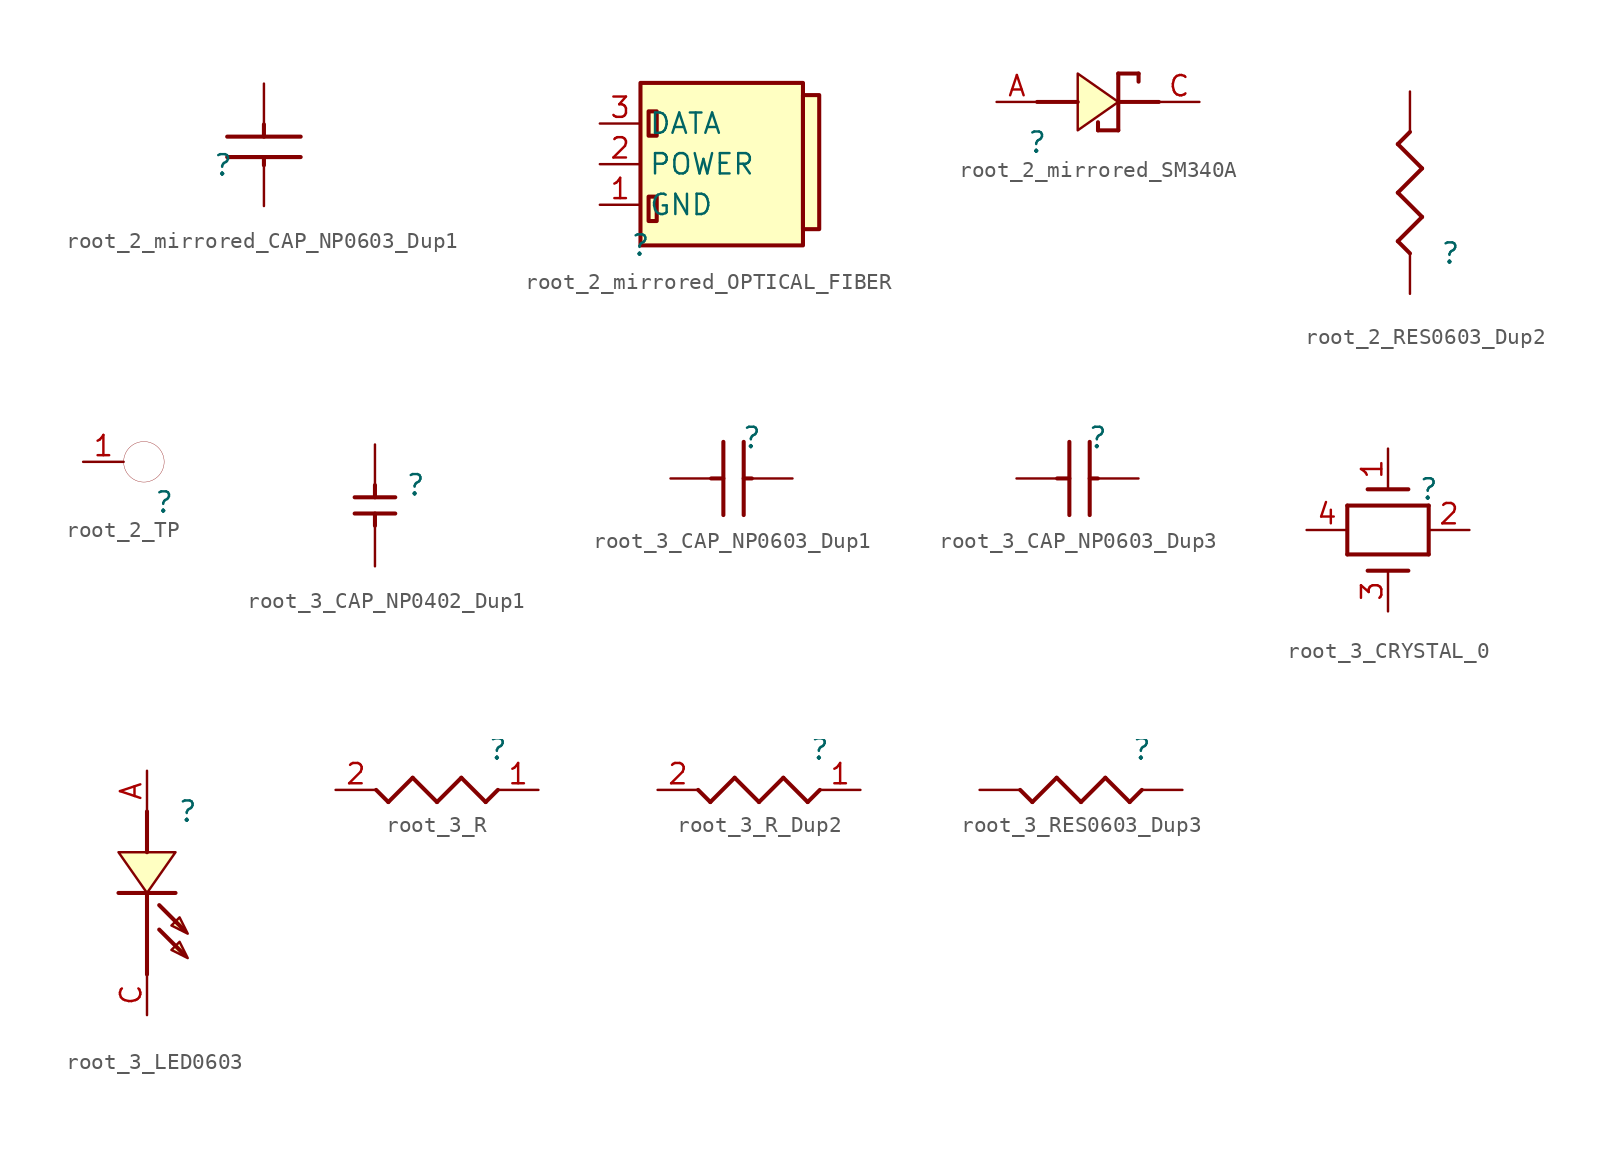
<source format=kicad_sym>
(kicad_symbol_lib
  (version 20220914)
  (generator kicad_symbol_editor)
  (symbol "root_2_mirrored_CAP_NP0603_Dup1"
    (property "Reference" ""
      (at 0 0 0)
      (effects (font (size 1.27 1.27))))
    (property "Value" ""
      (at 0 0 0)
      (effects (font (size 1.27 1.27))))
    (symbol "root_2_mirrored_CAP_NP0603_Dup1_1_0"
      (polyline (pts (xy 0.254 0.508) (xy 4.826 0.508)) (stroke (width 0.254) (type solid)) (fill (type none)))
      (polyline (pts (xy 0.254 1.778) (xy 4.826 1.778)) (stroke (width 0.254) (type solid)) (fill (type none)))
      (polyline (pts (xy 2.54 0) (xy 2.54 0.508)) (stroke (width 0.254) (type solid)) (fill (type none)))
      (polyline (pts (xy 2.54 2.54) (xy 2.54 1.778)) (stroke (width 0.254) (type solid)) (fill (type none)))
      (pin passive line (at 2.54 -2.54 90) (length 2.54) (name "1" (effects (font (size 0 0)))) (number "1" (effects (font (size 0 0)))))
      (pin passive line (at 2.54 5.08 270) (length 2.54) (name "2" (effects (font (size 0 0)))) (number "2" (effects (font (size 0 0)))))))
  (symbol "root_2_mirrored_OPTICAL_FIBER"
    (property "Reference" ""
      (at 0 0 0)
      (effects (font (size 1.27 1.27))))
    (property "Value" ""
      (at 0 0 0)
      (effects (font (size 1.27 1.27))))
    (symbol "root_2_mirrored_OPTICAL_FIBER_1_0"
      (rectangle (start 1.016 3.048) (end 0.508 1.524) (stroke (width 0.254) (type solid)) (fill (type background)))
      (rectangle (start 1.016 8.382) (end 0.508 6.858) (stroke (width 0.254) (type solid)) (fill (type background)))
      (rectangle (start 10.16 10.16) (end 0 0) (stroke (width 0.254) (type solid)) (fill (type background)))
      (rectangle (start 11.176 9.398) (end 10.16 1.016) (stroke (width 0.254) (type solid)) (fill (type background)))
      (pin power_in line (at -2.54 2.54 0) (length 2.54) (name "GND" (effects (font (size 1.27 1.27)))) (number "1" (effects (font (size 1.27 1.27)))))
      (pin power_in line (at -2.54 5.08 0) (length 2.54) (name "POWER" (effects (font (size 1.27 1.27)))) (number "2" (effects (font (size 1.27 1.27)))))
      (pin bidirectional line (at -2.54 7.62 0) (length 2.54) (name "DATA" (effects (font (size 1.27 1.27)))) (number "3" (effects (font (size 1.27 1.27)))))))
  (symbol "root_2_mirrored_SM340A"
    (property "Reference" ""
      (at 0 0 0)
      (effects (font (size 1.27 1.27))))
    (property "Value" ""
      (at 0 0 0)
      (effects (font (size 1.27 1.27))))
    (symbol "root_2_mirrored_SM340A_1_0"
      (polyline (pts (xy 0 2.54) (xy 2.54 2.54)) (stroke (width 0.254) (type solid)) (fill (type none)))
      (polyline (pts (xy 3.81 0.762) (xy 3.81 1.27)) (stroke (width 0.254) (type solid)) (fill (type none)))
      (polyline (pts (xy 5.08 0.762) (xy 3.81 0.762)) (stroke (width 0.254) (type solid)) (fill (type none)))
      (polyline (pts (xy 5.08 0.762) (xy 5.08 4.318)) (stroke (width 0.254) (type solid)) (fill (type none)))
      (polyline (pts (xy 5.08 2.54) (xy 7.62 2.54)) (stroke (width 0.254) (type solid)) (fill (type none)))
      (polyline (pts (xy 5.08 4.318) (xy 6.35 4.318)) (stroke (width 0.254) (type solid)) (fill (type none)))
      (polyline (pts (xy 6.35 4.318) (xy 6.35 3.81)) (stroke (width 0.254) (type solid)) (fill (type none)))
      (polyline (pts (xy 5.08 2.54) (xy 5.08 2.54) (xy 2.54 4.318) (xy 2.54 0.762) (xy 5.08 2.54) (xy 5.08 2.54)) (stroke (width 0) (type solid)) (fill (type background)))
      (pin passive line (at -2.54 2.54 0) (length 2.54) (name "ANODE" (effects (font (size 0 0)))) (number "A" (effects (font (size 1.27 1.27)))))
      (pin passive line (at 10.16 2.54 180) (length 2.54) (name "CATHODE" (effects (font (size 0 0)))) (number "C" (effects (font (size 1.27 1.27)))))))
  (symbol "root_2_RES0603_Dup2"
    (property "Reference" ""
      (at 0 0 0)
      (effects (font (size 1.27 1.27))))
    (property "Value" ""
      (at 0 0 0)
      (effects (font (size 1.27 1.27))))
    (symbol "root_2_RES0603_Dup2_1_0"
      (polyline (pts (xy -3.302 0.762) (xy -1.778 2.286)) (stroke (width 0.254) (type solid)) (fill (type none)))
      (polyline (pts (xy -3.302 3.81) (xy -1.778 5.334)) (stroke (width 0.254) (type solid)) (fill (type none)))
      (polyline (pts (xy -3.302 6.858) (xy -2.54 7.62)) (stroke (width 0.254) (type solid)) (fill (type none)))
      (polyline (pts (xy -2.54 0) (xy -3.302 0.762)) (stroke (width 0.254) (type solid)) (fill (type none)))
      (polyline (pts (xy -1.778 2.286) (xy -3.302 3.81)) (stroke (width 0.254) (type solid)) (fill (type none)))
      (polyline (pts (xy -1.778 5.334) (xy -3.302 6.858)) (stroke (width 0.254) (type solid)) (fill (type none)))
      (pin passive line (at -2.54 -2.54 90) (length 2.54) (name "1" (effects (font (size 0 0)))) (number "1" (effects (font (size 0 0)))))
      (pin passive line (at -2.54 10.16 270) (length 2.54) (name "2" (effects (font (size 0 0)))) (number "2" (effects (font (size 0 0)))))))
  (symbol "root_2_TP"
    (property "Reference" ""
      (at 0 0 0)
      (effects (font (size 1.27 1.27))))
    (property "Value" ""
      (at 0 0 0)
      (effects (font (size 1.27 1.27))))
    (symbol "root_2_TP_1_0"
      (circle (center -1.27 2.54) (radius 1.27) (stroke (width 0.0001) (type solid)) (fill (type none)))
      (pin passive line (at -5.08 2.54 0) (length 2.54) (name "TP" (effects (font (size 0 0)))) (number "1" (effects (font (size 1.27 1.27)))))))
  (symbol "root_3_CAP_NP0402_Dup1"
    (property "Reference" ""
      (at 0 0 0)
      (effects (font (size 1.27 1.27))))
    (property "Value" ""
      (at 0 0 0)
      (effects (font (size 1.27 1.27))))
    (symbol "root_3_CAP_NP0402_Dup1_1_0"
      (polyline (pts (xy -2.54 -1.778) (xy -2.54 -2.54)) (stroke (width 0.254) (type solid)) (fill (type none)))
      (polyline (pts (xy -2.54 0) (xy -2.54 -0.762)) (stroke (width 0.254) (type solid)) (fill (type none)))
      (polyline (pts (xy -1.27 -1.778) (xy -3.81 -1.778)) (stroke (width 0.254) (type solid)) (fill (type none)))
      (polyline (pts (xy -1.27 -0.762) (xy -3.81 -0.762)) (stroke (width 0.254) (type solid)) (fill (type none)))
      (pin passive line (at -2.54 2.54 270) (length 2.54) (name "1" (effects (font (size 0 0)))) (number "1" (effects (font (size 0 0)))))
      (pin passive line (at -2.54 -5.08 90) (length 2.54) (name "2" (effects (font (size 0 0)))) (number "2" (effects (font (size 0 0)))))))
  (symbol "root_3_CAP_NP0603_Dup1"
    (property "Reference" ""
      (at 0 0 0)
      (effects (font (size 1.27 1.27))))
    (property "Value" ""
      (at 0 0 0)
      (effects (font (size 1.27 1.27))))
    (symbol "root_3_CAP_NP0603_Dup1_1_0"
      (polyline (pts (xy -2.54 -2.54) (xy -1.778 -2.54)) (stroke (width 0.254) (type solid)) (fill (type none)))
      (polyline (pts (xy -1.778 -0.254) (xy -1.778 -4.826)) (stroke (width 0.254) (type solid)) (fill (type none)))
      (polyline (pts (xy -0.508 -0.254) (xy -0.508 -4.826)) (stroke (width 0.254) (type solid)) (fill (type none)))
      (polyline (pts (xy 0 -2.54) (xy -0.508 -2.54)) (stroke (width 0.254) (type solid)) (fill (type none)))
      (pin passive line (at 2.54 -2.54 180) (length 2.54) (name "1" (effects (font (size 0 0)))) (number "1" (effects (font (size 0 0)))))
      (pin passive line (at -5.08 -2.54 0) (length 2.54) (name "2" (effects (font (size 0 0)))) (number "2" (effects (font (size 0 0)))))))
  (symbol "root_3_CAP_NP0603_Dup3"
    (property "Reference" ""
      (at 0 0 0)
      (effects (font (size 1.27 1.27))))
    (property "Value" ""
      (at 0 0 0)
      (effects (font (size 1.27 1.27))))
    (symbol "root_3_CAP_NP0603_Dup3_1_0"
      (polyline (pts (xy -2.54 -2.54) (xy -1.778 -2.54)) (stroke (width 0.254) (type solid)) (fill (type none)))
      (polyline (pts (xy -1.778 -0.254) (xy -1.778 -4.826)) (stroke (width 0.254) (type solid)) (fill (type none)))
      (polyline (pts (xy -0.508 -0.254) (xy -0.508 -4.826)) (stroke (width 0.254) (type solid)) (fill (type none)))
      (polyline (pts (xy 0 -2.54) (xy -0.508 -2.54)) (stroke (width 0.254) (type solid)) (fill (type none)))
      (pin passive line (at 2.54 -2.54 180) (length 2.54) (name "1" (effects (font (size 0 0)))) (number "1" (effects (font (size 0 0)))))
      (pin passive line (at -5.08 -2.54 0) (length 2.54) (name "2" (effects (font (size 0 0)))) (number "2" (effects (font (size 0 0)))))))
  (symbol "root_3_CRYSTAL_0"
    (property "Reference" ""
      (at 0 0 0)
      (effects (font (size 1.27 1.27))))
    (property "Value" ""
      (at 0 0 0)
      (effects (font (size 1.27 1.27))))
    (symbol "root_3_CRYSTAL_0_1_0"
      (polyline (pts (xy -5.08 -4.064) (xy 0 -4.064)) (stroke (width 0.254) (type solid)) (fill (type none)))
      (polyline (pts (xy -5.08 -1.016) (xy -5.08 -4.064)) (stroke (width 0.254) (type solid)) (fill (type none)))
      (polyline (pts (xy -1.27 -5.08) (xy -3.81 -5.08)) (stroke (width 0.254) (type solid)) (fill (type none)))
      (polyline (pts (xy -1.27 0) (xy -3.81 0)) (stroke (width 0.254) (type solid)) (fill (type none)))
      (polyline (pts (xy 0 -4.064) (xy 0 -1.016)) (stroke (width 0.254) (type solid)) (fill (type none)))
      (polyline (pts (xy 0 -1.016) (xy -5.08 -1.016)) (stroke (width 0.254) (type solid)) (fill (type none)))
      (pin passive line (at -2.54 2.54 270) (length 2.54) (name "XTAL0" (effects (font (size 0 0)))) (number "1" (effects (font (size 1.27 1.27)))))
      (pin power_in line (at 2.54 -2.54 180) (length 2.54) (name "GND" (effects (font (size 0 0)))) (number "2" (effects (font (size 1.27 1.27)))))
      (pin passive line (at -2.54 -7.62 90) (length 2.54) (name "XTAL1" (effects (font (size 0 0)))) (number "3" (effects (font (size 1.27 1.27)))))
      (pin power_in line (at -7.62 -2.54 0) (length 2.54) (name "GND" (effects (font (size 0 0)))) (number "4" (effects (font (size 1.27 1.27)))))))
  (symbol "root_3_LED0603"
    (property "Reference" ""
      (at 0 0 0)
      (effects (font (size 1.27 1.27))))
    (property "Value" ""
      (at 0 0 0)
      (effects (font (size 1.27 1.27))))
    (symbol "root_3_LED0603_1_0"
      (polyline (pts (xy -2.54 -5.08) (xy -2.54 -10.16)) (stroke (width 0.254) (type solid)) (fill (type none)))
      (polyline (pts (xy -2.54 0) (xy -2.54 -2.54)) (stroke (width 0.254) (type solid)) (fill (type none)))
      (polyline (pts (xy -0.762 -5.08) (xy -4.318 -5.08)) (stroke (width 0.254) (type solid)) (fill (type none)))
      (polyline (pts (xy -0.254 -8.89) (xy -1.778 -7.366)) (stroke (width 0.254) (type solid)) (fill (type none)))
      (polyline (pts (xy -0.254 -7.366) (xy -1.778 -5.842)) (stroke (width 0.254) (type solid)) (fill (type none)))
      (polyline (pts (xy -2.54 -5.08) (xy -2.54 -5.08) (xy -4.318 -2.54) (xy -0.762 -2.54) (xy -2.54 -5.08) (xy -2.54 -5.08)) (stroke (width 0) (type solid)) (fill (type background)))
      (polyline (pts (xy -0.508 -8.128) (xy -0.508 -8.128) (xy 0 -9.144) (xy -1.016 -8.636) (xy -0.508 -8.128) (xy -0.508 -8.128)) (stroke (width 0) (type solid)) (fill (type background)))
      (polyline (pts (xy -0.508 -6.604) (xy -0.508 -6.604) (xy 0 -7.62) (xy -1.016 -7.112) (xy -0.508 -6.604) (xy -0.508 -6.604)) (stroke (width 0) (type solid)) (fill (type background)))
      (pin passive line (at -2.54 2.54 270) (length 2.54) (name "ANODE" (effects (font (size 0 0)))) (number "A" (effects (font (size 1.27 1.27)))))
      (pin passive line (at -2.54 -12.7 90) (length 2.54) (name "CATHODE" (effects (font (size 0 0)))) (number "C" (effects (font (size 1.27 1.27)))))))
  (symbol "root_3_R"
    (property "Reference" ""
      (at 0 0 0)
      (effects (font (size 1.27 1.27))))
    (property "Value" ""
      (at 0 0 0)
      (effects (font (size 1.27 1.27))))
    (symbol "root_3_R_1_0"
      (polyline (pts (xy -6.858 -3.302) (xy -7.62 -2.54)) (stroke (width 0.254) (type solid)) (fill (type none)))
      (polyline (pts (xy -5.334 -1.778) (xy -6.858 -3.302)) (stroke (width 0.254) (type solid)) (fill (type none)))
      (polyline (pts (xy -3.81 -3.302) (xy -5.334 -1.778)) (stroke (width 0.254) (type solid)) (fill (type none)))
      (polyline (pts (xy -2.286 -1.778) (xy -3.81 -3.302)) (stroke (width 0.254) (type solid)) (fill (type none)))
      (polyline (pts (xy -0.762 -3.302) (xy -2.286 -1.778)) (stroke (width 0.254) (type solid)) (fill (type none)))
      (polyline (pts (xy 0 -2.54) (xy -0.762 -3.302)) (stroke (width 0.254) (type solid)) (fill (type none)))
      (pin passive line (at 2.54 -2.54 180) (length 2.54) (name "1" (effects (font (size 0 0)))) (number "1" (effects (font (size 1.27 1.27)))))
      (pin passive line (at -10.16 -2.54 0) (length 2.54) (name "2" (effects (font (size 0 0)))) (number "2" (effects (font (size 1.27 1.27)))))))
  (symbol "root_3_R_Dup2"
    (property "Reference" ""
      (at 0 0 0)
      (effects (font (size 1.27 1.27))))
    (property "Value" ""
      (at 0 0 0)
      (effects (font (size 1.27 1.27))))
    (symbol "root_3_R_Dup2_1_0"
      (polyline (pts (xy -6.858 -3.302) (xy -7.62 -2.54)) (stroke (width 0.254) (type solid)) (fill (type none)))
      (polyline (pts (xy -5.334 -1.778) (xy -6.858 -3.302)) (stroke (width 0.254) (type solid)) (fill (type none)))
      (polyline (pts (xy -3.81 -3.302) (xy -5.334 -1.778)) (stroke (width 0.254) (type solid)) (fill (type none)))
      (polyline (pts (xy -2.286 -1.778) (xy -3.81 -3.302)) (stroke (width 0.254) (type solid)) (fill (type none)))
      (polyline (pts (xy -0.762 -3.302) (xy -2.286 -1.778)) (stroke (width 0.254) (type solid)) (fill (type none)))
      (polyline (pts (xy 0 -2.54) (xy -0.762 -3.302)) (stroke (width 0.254) (type solid)) (fill (type none)))
      (pin passive line (at 2.54 -2.54 180) (length 2.54) (name "1" (effects (font (size 0 0)))) (number "1" (effects (font (size 1.27 1.27)))))
      (pin passive line (at -10.16 -2.54 0) (length 2.54) (name "2" (effects (font (size 0 0)))) (number "2" (effects (font (size 1.27 1.27)))))))
  (symbol "root_3_RES0603_Dup3"
    (property "Reference" ""
      (at 0 0 0)
      (effects (font (size 1.27 1.27))))
    (property "Value" ""
      (at 0 0 0)
      (effects (font (size 1.27 1.27))))
    (symbol "root_3_RES0603_Dup3_1_0"
      (polyline (pts (xy -6.858 -3.302) (xy -7.62 -2.54)) (stroke (width 0.254) (type solid)) (fill (type none)))
      (polyline (pts (xy -5.334 -1.778) (xy -6.858 -3.302)) (stroke (width 0.254) (type solid)) (fill (type none)))
      (polyline (pts (xy -3.81 -3.302) (xy -5.334 -1.778)) (stroke (width 0.254) (type solid)) (fill (type none)))
      (polyline (pts (xy -2.286 -1.778) (xy -3.81 -3.302)) (stroke (width 0.254) (type solid)) (fill (type none)))
      (polyline (pts (xy -0.762 -3.302) (xy -2.286 -1.778)) (stroke (width 0.254) (type solid)) (fill (type none)))
      (polyline (pts (xy 0 -2.54) (xy -0.762 -3.302)) (stroke (width 0.254) (type solid)) (fill (type none)))
      (pin passive line (at 2.54 -2.54 180) (length 2.54) (name "1" (effects (font (size 0 0)))) (number "1" (effects (font (size 0 0)))))
      (pin passive line (at -10.16 -2.54 0) (length 2.54) (name "2" (effects (font (size 0 0)))) (number "2" (effects (font (size 0 0))))))))
</source>
